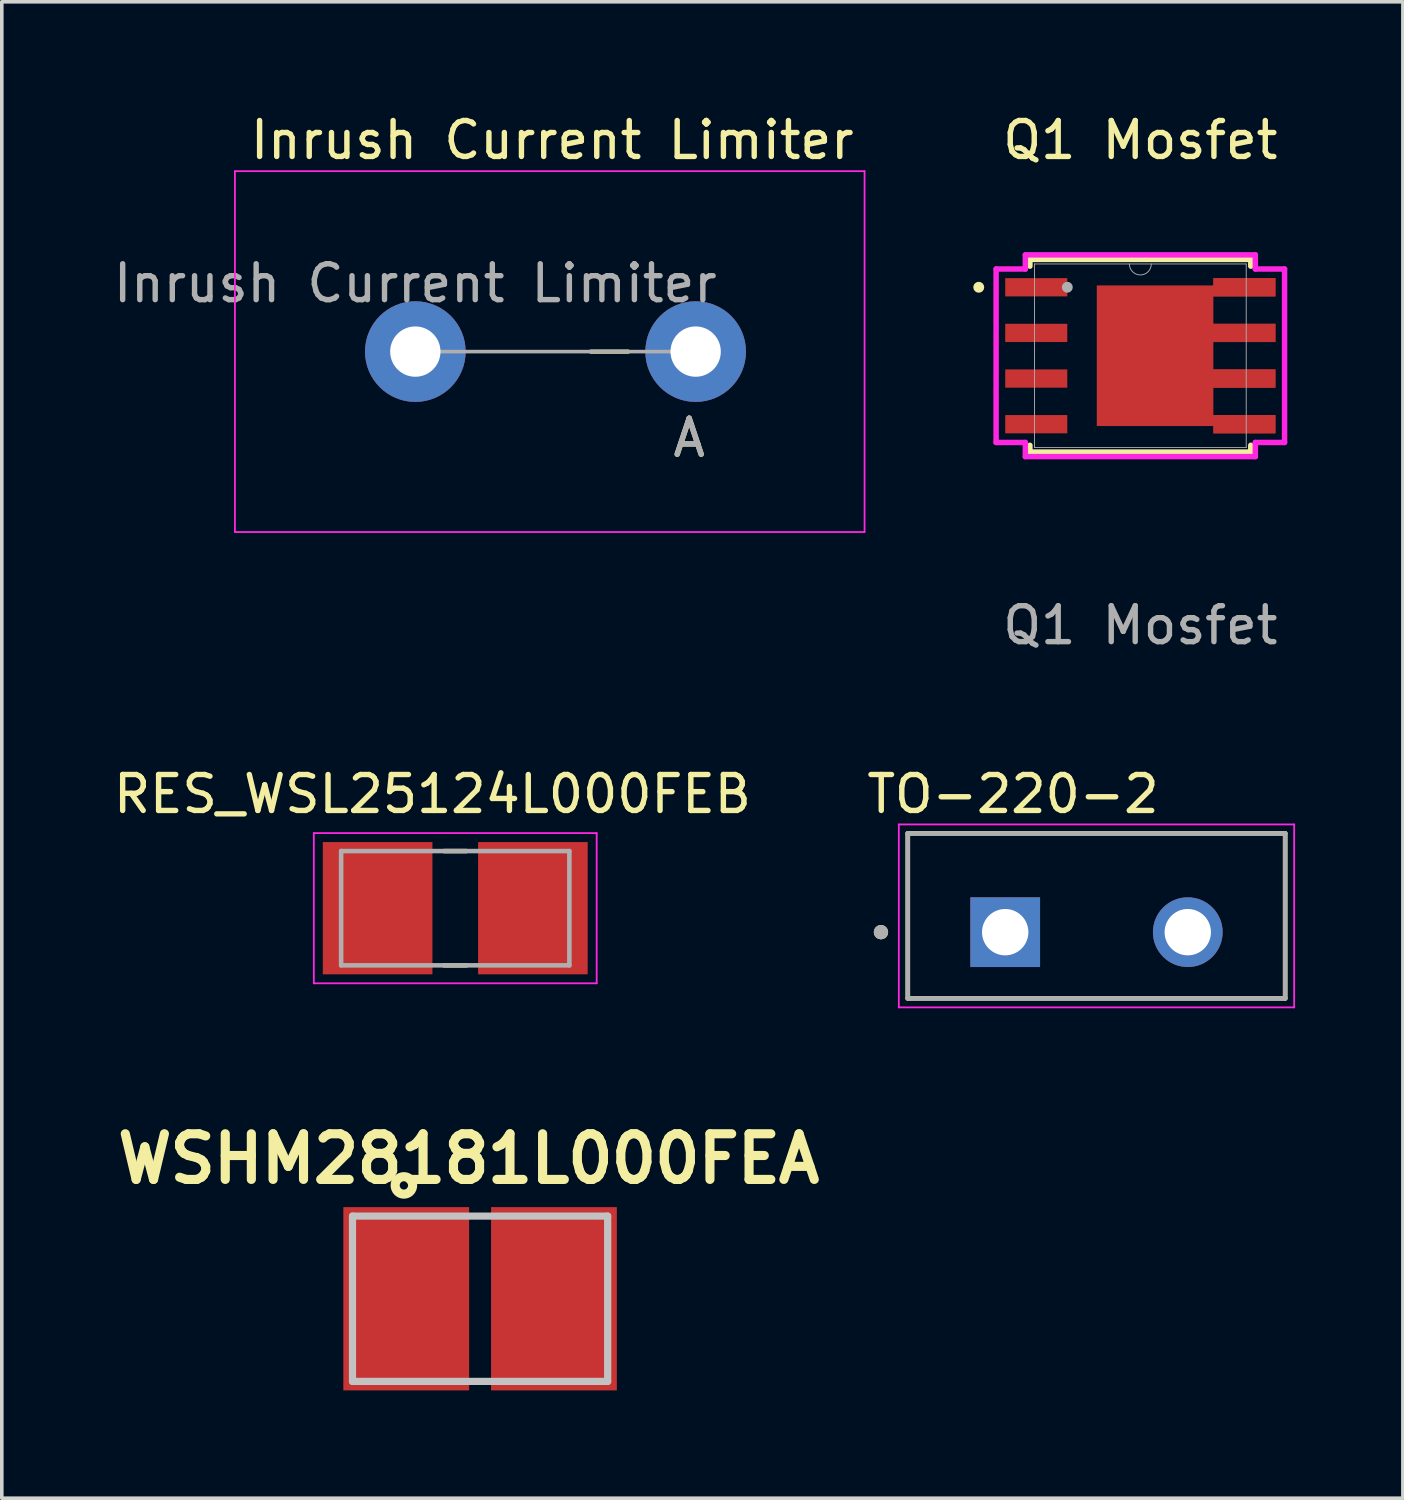
<source format=kicad_pcb>
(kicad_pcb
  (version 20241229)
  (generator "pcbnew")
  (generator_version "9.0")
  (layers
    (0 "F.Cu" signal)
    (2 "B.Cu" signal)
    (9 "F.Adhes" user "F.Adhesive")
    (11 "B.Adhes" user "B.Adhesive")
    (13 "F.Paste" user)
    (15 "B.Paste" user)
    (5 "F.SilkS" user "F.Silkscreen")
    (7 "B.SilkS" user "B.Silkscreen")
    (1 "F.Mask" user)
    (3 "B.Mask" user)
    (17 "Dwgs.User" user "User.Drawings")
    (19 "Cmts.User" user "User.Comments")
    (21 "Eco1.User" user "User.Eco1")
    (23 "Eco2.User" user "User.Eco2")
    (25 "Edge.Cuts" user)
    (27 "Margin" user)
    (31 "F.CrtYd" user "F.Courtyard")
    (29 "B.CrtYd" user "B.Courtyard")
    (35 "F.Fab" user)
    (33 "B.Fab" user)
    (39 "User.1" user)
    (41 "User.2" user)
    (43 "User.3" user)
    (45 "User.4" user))
  (footprint "TO-220-2"
    (layer "F.Cu")
    (at 27.459 22.434)
    (property "Reference" "TO-220-2" (at -2.322 -3.389 0) (layer "F.SilkS") (effects (font (size 1 1) (thickness 0.15))))
    (attr through_hole)
    (fp_line (start -5.25 -2.295) (end 5.25 -2.295) (stroke (width 0.127) (type solid)) (layer "F.SilkS"))
    (fp_line (start -5.25 2.295) (end -5.25 -2.295) (stroke (width 0.127) (type solid)) (layer "F.SilkS"))
    (fp_line (start 5.25 -2.295) (end 5.25 2.295) (stroke (width 0.127) (type solid)) (layer "F.SilkS"))
    (fp_line (start 5.25 2.295) (end -5.25 2.295) (stroke (width 0.127) (type solid)) (layer "F.SilkS"))
    (fp_circle (center -5.997 0.453) (end -5.897 0.453) (stroke (width 0.2) (type solid)) (fill no) (layer "F.SilkS"))
    (fp_line (start -5.5 -2.545) (end -5.5 2.545) (stroke (width 0.05) (type solid)) (layer "F.CrtYd"))
    (fp_line (start -5.5 2.545) (end 5.5 2.545) (stroke (width 0.05) (type solid)) (layer "F.CrtYd"))
    (fp_line (start 5.5 -2.545) (end -5.5 -2.545) (stroke (width 0.05) (type solid)) (layer "F.CrtYd"))
    (fp_line (start 5.5 2.545) (end 5.5 -2.545) (stroke (width 0.05) (type solid)) (layer "F.CrtYd"))
    (fp_line (start -5.25 -2.295) (end 5.25 -2.295) (stroke (width 0.127) (type solid)) (layer "F.Fab"))
    (fp_line (start -5.25 2.295) (end -5.25 -2.295) (stroke (width 0.127) (type solid)) (layer "F.Fab"))
    (fp_line (start 5.25 -2.295) (end 5.25 2.295) (stroke (width 0.127) (type solid)) (layer "F.Fab"))
    (fp_line (start 5.25 2.295) (end -5.25 2.295) (stroke (width 0.127) (type solid)) (layer "F.Fab"))
    (fp_circle (center -5.997 0.453) (end -5.897 0.453) (stroke (width 0.2) (type solid)) (fill no) (layer "F.Fab"))
    (pad "1" thru_hole rect (at -2.54 0.453) (size 1.94 1.94) (drill 1.29) (layers "*.Cu" "*.Mask"))
    (pad "3" thru_hole circle (at 2.54 0.453) (size 1.94 1.94) (drill 1.29) (layers "*.Cu" "*.Mask")))
  (footprint "Inrush Current Limiter"
    (layer "F.Cu")
    (at 8.506 6.733)
    (property "Reference" "Inrush Current Limiter" (at 3.81 -5.885 0) (layer "F.SilkS") (effects (font (size 1 1) (thickness 0.15))))
    (attr through_hole)
    (fp_line (start 4.885 0) (end 5.92 0) (stroke (width 0.12) (type solid)) (layer "F.SilkS"))
    (fp_line (start -5.02 -5.02) (end -5.02 5.02) (stroke (width 0.05) (type solid)) (layer "F.CrtYd"))
    (fp_line (start -5.02 5.02) (end 12.5 5.02) (stroke (width 0.05) (type solid)) (layer "F.CrtYd"))
    (fp_line (start 12.5 -5.02) (end -5.02 -5.02) (stroke (width 0.05) (type solid)) (layer "F.CrtYd"))
    (fp_line (start 12.5 5.02) (end 12.5 -5.02) (stroke (width 0.05) (type solid)) (layer "F.CrtYd"))
    (fp_line (start 0 0) (end 7.62 0) (stroke (width 0.1) (type solid)) (layer "F.Fab"))
    (fp_text user "A" (at 7.62 2.4 0) (layer "F.SilkS") (effects (font (size 1 1) (thickness 0.15))))
    (fp_text user "A" (at 7.62 2.4 0) (layer "F.Fab") (effects (font (size 1 1) (thickness 0.15))))
    (fp_text user "${REFERENCE}" (at 0 -1.9 0) (layer "F.Fab") (effects (font (size 1 1) (thickness 0.15))))
    (pad "1" thru_hole circle (at 0 0) (size 2.8 2.8) (drill 1.4) (layers "*.Cu" "*.Mask"))
    (pad "2" thru_hole oval (at 7.8 0) (size 2.8 2.8) (drill 1.4) (layers "*.Cu" "*.Mask")))
  (footprint "RES_WSL25124L000FEB"
    (layer "F.Cu")
    (at 9.617 22.22)
    (property "Reference" "RES_WSL25124L000FEB" (at -0.635 -3.175 0) (layer "F.SilkS") (effects (font (size 1 1) (thickness 0.15))))
    (attr smd)
    (fp_line (start -0.31 -1.59) (end 0.31 -1.59) (stroke (width 0.127) (type solid)) (layer "F.SilkS"))
    (fp_line (start -0.31 1.59) (end 0.31 1.59) (stroke (width 0.127) (type solid)) (layer "F.SilkS"))
    (fp_line (start -3.935 -2.09) (end 3.935 -2.09) (stroke (width 0.05) (type solid)) (layer "F.CrtYd"))
    (fp_line (start -3.935 2.09) (end -3.935 -2.09) (stroke (width 0.05) (type solid)) (layer "F.CrtYd"))
    (fp_line (start 3.935 -2.09) (end 3.935 2.09) (stroke (width 0.05) (type solid)) (layer "F.CrtYd"))
    (fp_line (start 3.935 2.09) (end -3.935 2.09) (stroke (width 0.05) (type solid)) (layer "F.CrtYd"))
    (fp_line (start -3.175 -1.59) (end 3.175 -1.59) (stroke (width 0.127) (type solid)) (layer "F.Fab"))
    (fp_line (start -3.175 1.59) (end -3.175 -1.59) (stroke (width 0.127) (type solid)) (layer "F.Fab"))
    (fp_line (start 3.175 -1.59) (end 3.175 1.59) (stroke (width 0.127) (type solid)) (layer "F.Fab"))
    (fp_line (start 3.175 1.59) (end -3.175 1.59) (stroke (width 0.127) (type solid)) (layer "F.Fab"))
    (pad "1" smd rect (at -2.16 0) (size 3.05 3.68) (layers "F.Cu" "F.Mask" "F.Paste"))
    (pad "2" smd rect (at 2.16 0) (size 3.05 3.68) (layers "F.Cu" "F.Mask" "F.Paste")))
  (footprint "WSHM28181L000FEA"
    (layer "F.Cu")
    (at 10.308 33.087)
    (property "Reference" "WSHM28181L000FEA" (at -0.317 -3.895 0) (layer "F.SilkS") (effects (font (size 1.27 1.27) (thickness 0.254))))
    (attr smd)
    (fp_circle (center -2.12 -3.154) (end -2.236 -3.154) (stroke (width 0.254) (type solid)) (fill no) (layer "F.SilkS"))
    (fp_line (start -3.55 -2.3) (end 3.55 -2.3) (stroke (width 0.2) (type solid)) (layer "Dwgs.User"))
    (fp_line (start -3.55 2.3) (end -3.55 -2.3) (stroke (width 0.2) (type solid)) (layer "Dwgs.User"))
    (fp_line (start 3.55 -2.3) (end 3.55 2.3) (stroke (width 0.2) (type solid)) (layer "Dwgs.User"))
    (fp_line (start 3.55 2.3) (end -3.55 2.3) (stroke (width 0.2) (type solid)) (layer "Dwgs.User"))
    (pad "1" smd rect (at -2.055 0) (size 3.5 5.1) (layers "F.Cu" "F.Mask" "F.Paste"))
    (pad "2" smd rect (at 2.055 0) (size 3.5 5.1) (layers "F.Cu" "F.Mask" "F.Paste")))
  (footprint "Q1 Mosfet"
    (layer "F.Cu")
    (at 28.679 6.848)
    (property "Reference" "Q1 Mosfet" (at 0 -6 0) (unlocked yes) (layer "F.SilkS") (effects (font (size 1 1) (thickness 0.15))))
    (attr smd)
    (fp_poly (pts (xy -1.212 -1.956) (xy 2.032 -1.956) (xy 2.032 -2.159) (xy 3.759 -2.159) (xy 3.759 -1.651) (xy 2.032 -1.651) (xy 2.032 -0.889) (xy 3.759 -0.889) (xy 3.759 -0.381) (xy 2.032 -0.381) (xy 2.032 0.381) (xy 3.759 0.381) (xy 3.759 0.889) (xy 2.032 0.889) (xy 2.032 1.651) (xy 3.759 1.651) (xy 3.759 2.159) (xy 2.032 2.159) (xy 2.032 1.956) (xy -1.212 1.956)) (stroke (width 0) (type solid)) (fill yes) (layer "F.Cu"))
    (fp_poly (pts (xy -1.212 -1.956) (xy 2.032 -1.956) (xy 2.032 -2.159) (xy 3.759 -2.159) (xy 3.759 -1.651) (xy 2.032 -1.651) (xy 2.032 -0.889) (xy 3.759 -0.889) (xy 3.759 -0.381) (xy 2.032 -0.381) (xy 2.032 0.381) (xy 3.759 0.381) (xy 3.759 0.889) (xy 2.032 0.889) (xy 2.032 1.651) (xy 3.759 1.651) (xy 3.759 2.159) (xy 2.032 2.159) (xy 2.032 1.956) (xy -1.212 1.956)) (stroke (width 0) (type solid)) (fill yes) (layer "F.Mask"))
    (fp_line (start -3.073 -2.68) (end -3.073 -2.492) (stroke (width 0.152) (type solid)) (layer "F.SilkS"))
    (fp_line (start -3.073 2.492) (end -3.073 2.68) (stroke (width 0.152) (type solid)) (layer "F.SilkS"))
    (fp_line (start -3.073 2.68) (end 3.073 2.68) (stroke (width 0.152) (type solid)) (layer "F.SilkS"))
    (fp_line (start 3.073 -2.68) (end -3.073 -2.68) (stroke (width 0.152) (type solid)) (layer "F.SilkS"))
    (fp_line (start 3.073 -2.492) (end 3.073 -2.68) (stroke (width 0.152) (type solid)) (layer "F.SilkS"))
    (fp_line (start 3.073 2.68) (end 3.073 2.492) (stroke (width 0.152) (type solid)) (layer "F.SilkS"))
    (fp_circle (center -4.496 -1.905) (end -4.42 -1.905) (stroke (width 0.152) (type solid)) (fill no) (layer "F.SilkS"))
    (fp_poly (pts (xy -1.78 -1.856) (xy -1.78 -0.752) (xy -0.1 -0.752) (xy -0.1 -1.856)) (stroke (width 0) (type solid)) (fill yes) (layer "F.Paste"))
    (fp_poly (pts (xy -1.78 -0.552) (xy -1.78 0.552) (xy -0.1 0.552) (xy -0.1 -0.552)) (stroke (width 0) (type solid)) (fill yes) (layer "F.Paste"))
    (fp_poly (pts (xy -1.78 0.752) (xy -1.78 1.856) (xy -0.1 1.856) (xy -0.1 0.752)) (stroke (width 0) (type solid)) (fill yes) (layer "F.Paste"))
    (fp_poly (pts (xy 0.1 -1.856) (xy 0.1 -0.752) (xy 1.78 -0.752) (xy 1.78 -1.856)) (stroke (width 0) (type solid)) (fill yes) (layer "F.Paste"))
    (fp_poly (pts (xy 0.1 -0.552) (xy 0.1 0.552) (xy 1.78 0.552) (xy 1.78 -0.552)) (stroke (width 0) (type solid)) (fill yes) (layer "F.Paste"))
    (fp_poly (pts (xy 0.1 0.752) (xy 0.1 1.856) (xy 1.78 1.856) (xy 1.78 0.752)) (stroke (width 0) (type solid)) (fill yes) (layer "F.Paste"))
    (fp_poly (pts (xy 3.759 2.159) (xy 2.032 2.159) (xy 2.032 1.956) (xy -1.212 1.956) (xy -1.212 -1.956) (xy 2.032 -1.956) (xy 2.032 -2.159) (xy 3.759 -2.159) (xy 3.759 -1.651) (xy 2.032 -1.651) (xy 2.032 -0.889) (xy 3.759 -0.889) (xy 3.759 -0.381) (xy 2.032 -0.381) (xy 2.032 0.381) (xy 3.759 0.381) (xy 3.759 0.889) (xy 2.032 0.889) (xy 2.032 1.651) (xy 3.759 1.651)) (stroke (width 0) (type solid)) (fill yes) (layer "F.Paste"))
    (fp_line (start -4.013 -2.413) (end -3.2 -2.413) (stroke (width 0.152) (type solid)) (layer "F.CrtYd"))
    (fp_line (start -4.013 2.413) (end -4.013 -2.413) (stroke (width 0.152) (type solid)) (layer "F.CrtYd"))
    (fp_line (start -4.013 2.413) (end -3.2 2.413) (stroke (width 0.152) (type solid)) (layer "F.CrtYd"))
    (fp_line (start -3.2 -2.807) (end 3.2 -2.807) (stroke (width 0.152) (type solid)) (layer "F.CrtYd"))
    (fp_line (start -3.2 -2.413) (end -3.2 -2.807) (stroke (width 0.152) (type solid)) (layer "F.CrtYd"))
    (fp_line (start -3.2 2.807) (end -3.2 2.413) (stroke (width 0.152) (type solid)) (layer "F.CrtYd"))
    (fp_line (start 3.2 -2.807) (end 3.2 -2.413) (stroke (width 0.152) (type solid)) (layer "F.CrtYd"))
    (fp_line (start 3.2 2.413) (end 3.2 2.807) (stroke (width 0.152) (type solid)) (layer "F.CrtYd"))
    (fp_line (start 3.2 2.807) (end -3.2 2.807) (stroke (width 0.152) (type solid)) (layer "F.CrtYd"))
    (fp_line (start 4.013 -2.413) (end 3.2 -2.413) (stroke (width 0.152) (type solid)) (layer "F.CrtYd"))
    (fp_line (start 4.013 -2.413) (end 4.013 2.413) (stroke (width 0.152) (type solid)) (layer "F.CrtYd"))
    (fp_line (start 4.013 2.413) (end 3.2 2.413) (stroke (width 0.152) (type solid)) (layer "F.CrtYd"))
    (fp_line (start -2.946 -2.553) (end -2.946 2.553) (stroke (width 0.025) (type solid)) (layer "F.Fab"))
    (fp_line (start -2.946 2.553) (end 2.946 2.553) (stroke (width 0.025) (type solid)) (layer "F.Fab"))
    (fp_line (start 2.946 -2.553) (end -2.946 -2.553) (stroke (width 0.025) (type solid)) (layer "F.Fab"))
    (fp_line (start 2.946 2.553) (end 2.946 -2.553) (stroke (width 0.025) (type solid)) (layer "F.Fab"))
    (fp_arc (start 0.3048 -2.5527) (mid 0 -2.2479) (end -0.3048 -2.5527) (stroke (width 0.0254) (type solid)) (layer "F.Fab"))
    (fp_circle (center -2.032 -1.905) (end -2.032 -1.905) (stroke (width 0.152) (type solid)) (fill no) (layer "F.Fab"))
    (fp_text user "${REFERENCE}" (at 0 7.5 0) (unlocked yes) (layer "F.Fab") (effects (font (size 1 1) (thickness 0.15))))
    (pad "1" smd rect (at -2.896 -1.905) (size 1.727 0.508) (layers "F.Cu" "F.Mask" "F.Paste"))
    (pad "1" smd rect (at -2.896 -0.635) (size 1.727 0.508) (layers "F.Cu" "F.Mask" "F.Paste"))
    (pad "1" smd rect (at -2.896 0.635) (size 1.727 0.508) (layers "F.Cu" "F.Mask" "F.Paste"))
    (pad "2" smd rect (at -2.896 1.905) (size 1.727 0.508) (layers "F.Cu" "F.Mask" "F.Paste"))
    (pad "3" smd rect (at 2.896 -1.905) (size 1.727 0.508) (layers "F.Cu" "F.Mask" "F.Paste"))
    (pad "3" smd rect (at 2.896 -0.635) (size 1.727 0.508) (layers "F.Cu" "F.Mask" "F.Paste"))
    (pad "3" smd rect (at 2.896 0.635) (size 1.727 0.508) (layers "F.Cu" "F.Mask" "F.Paste"))
    (pad "3" smd rect (at 2.896 1.905) (size 1.727 0.508) (layers "F.Cu" "F.Mask" "F.Paste"))
    (zone (net_name "") (layer "F.Cu") (hatch full 0.508) (connect_pads) (min_thickness 0.254) (filled_areas_thickness no) (keepout (tracks not_allowed) (vias not_allowed) (pads allowed) (copperpour not_allowed) (footprints allowed)) (placement (enabled no)) (fill) (polygon (pts (xy 27.468 4.296) (xy 31.227 4.296) (xy 31.227 9.401) (xy 27.468 9.401)))))
  (gr_rect
    (start -3 -3)
    (end 35.984 38.637)
    (stroke (width 0.1) (type default))
    (fill no)
    (layer "Edge.Cuts")))
</source>
